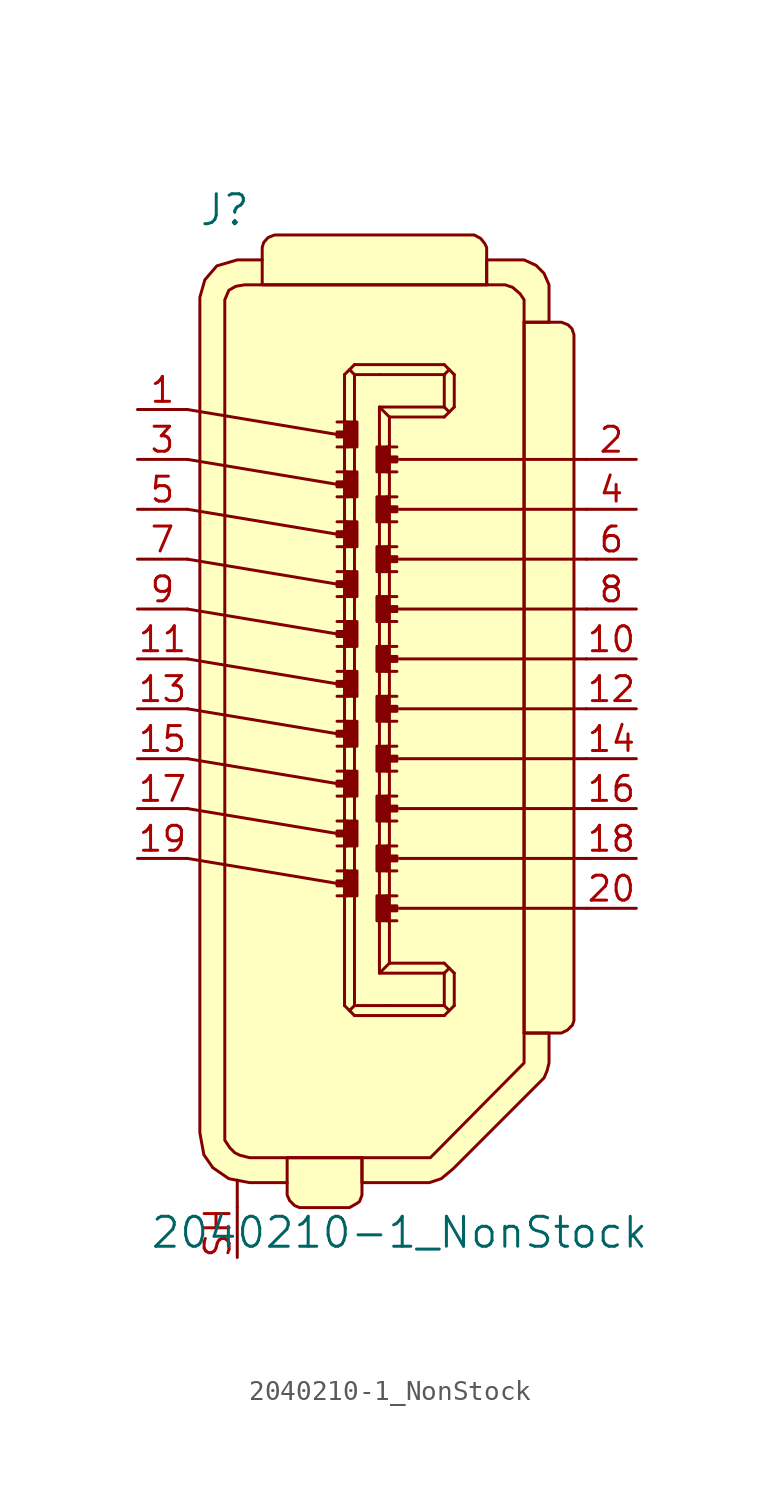
<source format=kicad_sym>
(kicad_symbol_lib
  (version 20201005)
  (generator kicad_symbol_editor)
  (symbol "2040210-1_NonStock"
    (pin_names
      (offset 1.016))
    (property "Reference" "J"
      (at -8.255 20.32 0)
      (effects (font (size 1.524 1.524))))
    (property "Value" "2040210-1_NonStock"
      (at 0.635 -31.75 0)
      (effects (font (size 1.524 1.524))))
    (symbol "2040210-1_NonStock_0_1"
      (polyline (pts (xy -10.16 -12.7) (xy -2.54 -13.97)) (stroke (width 0)) (fill (type none)))
      (polyline (pts (xy -10.16 -10.16) (xy -2.54 -11.43)) (stroke (width 0)) (fill (type none)))
      (polyline (pts (xy -10.16 -7.62) (xy -2.54 -8.89)) (stroke (width 0)) (fill (type none)))
      (polyline (pts (xy -10.16 -5.08) (xy -2.54 -6.35)) (stroke (width 0)) (fill (type none)))
      (polyline (pts (xy -10.16 -2.54) (xy -2.54 -3.81)) (stroke (width 0)) (fill (type none)))
      (polyline (pts (xy -10.16 0) (xy -2.54 -1.27)) (stroke (width 0)) (fill (type none)))
      (polyline (pts (xy -10.16 2.54) (xy -2.54 1.27)) (stroke (width 0)) (fill (type none)))
      (polyline (pts (xy -10.16 5.08) (xy -2.54 3.81)) (stroke (width 0)) (fill (type none)))
      (polyline (pts (xy -10.16 7.62) (xy -2.54 6.35)) (stroke (width 0)) (fill (type none)))
      (polyline (pts (xy -10.16 10.16) (xy -2.54 8.89)) (stroke (width 0)) (fill (type none)))
      (polyline (pts (xy -7.62 -30.48) (xy -7.62 -29.083)) (stroke (width 0)) (fill (type none)))
      (polyline (pts (xy -2.159 -20.193) (xy -1.651 -20.701)) (stroke (width 0)) (fill (type none)))
      (polyline (pts (xy -2.159 -17.907) (xy -2.159 -20.193)) (stroke (width 0)) (fill (type none)))
      (polyline (pts (xy -2.159 9.652) (xy -2.159 -17.907)) (stroke (width 0)) (fill (type none)))
      (polyline (pts (xy -2.159 9.652) (xy -2.159 11.938)) (stroke (width 0)) (fill (type none)))
      (polyline (pts (xy -2.159 11.938) (xy -1.651 12.446)) (stroke (width 0)) (fill (type none)))
      (polyline (pts (xy -2.032 -14.605) (xy -2.54 -14.605)) (stroke (width 0)) (fill (type none)))
      (polyline (pts (xy -2.032 -13.335) (xy -2.54 -13.335)) (stroke (width 0)) (fill (type none)))
      (polyline (pts (xy -2.032 -12.065) (xy -2.54 -12.065)) (stroke (width 0)) (fill (type none)))
      (polyline (pts (xy -2.032 -10.795) (xy -2.54 -10.795)) (stroke (width 0)) (fill (type none)))
      (polyline (pts (xy -2.032 -9.525) (xy -2.54 -9.525)) (stroke (width 0)) (fill (type none)))
      (polyline (pts (xy -2.032 -8.255) (xy -2.54 -8.255)) (stroke (width 0)) (fill (type none)))
      (polyline (pts (xy -2.032 -6.985) (xy -2.54 -6.985)) (stroke (width 0)) (fill (type none)))
      (polyline (pts (xy -2.032 -5.715) (xy -2.54 -5.715)) (stroke (width 0)) (fill (type none)))
      (polyline (pts (xy -2.032 -4.445) (xy -2.54 -4.445)) (stroke (width 0)) (fill (type none)))
      (polyline (pts (xy -2.032 -3.175) (xy -2.54 -3.175)) (stroke (width 0)) (fill (type none)))
      (polyline (pts (xy -2.032 -1.905) (xy -2.54 -1.905)) (stroke (width 0)) (fill (type none)))
      (polyline (pts (xy -2.032 -0.635) (xy -2.54 -0.635)) (stroke (width 0)) (fill (type none)))
      (polyline (pts (xy -2.032 0.635) (xy -2.54 0.635)) (stroke (width 0)) (fill (type none)))
      (polyline (pts (xy -2.032 1.905) (xy -2.54 1.905)) (stroke (width 0)) (fill (type none)))
      (polyline (pts (xy -2.032 3.175) (xy -2.54 3.175)) (stroke (width 0)) (fill (type none)))
      (polyline (pts (xy -2.032 4.445) (xy -2.54 4.445)) (stroke (width 0)) (fill (type none)))
      (polyline (pts (xy -2.032 5.715) (xy -2.54 5.715)) (stroke (width 0)) (fill (type none)))
      (polyline (pts (xy -2.032 6.985) (xy -2.54 6.985)) (stroke (width 0)) (fill (type none)))
      (polyline (pts (xy -2.032 8.255) (xy -2.54 8.255)) (stroke (width 0)) (fill (type none)))
      (polyline (pts (xy -2.032 9.525) (xy -2.54 9.525)) (stroke (width 0)) (fill (type none)))
      (polyline (pts (xy -1.651 -20.193) (xy -1.905 -20.447)) (stroke (width 0)) (fill (type none)))
      (polyline (pts (xy -1.651 -17.907) (xy -1.651 -19.558)) (stroke (width 0)) (fill (type none)))
      (polyline (pts (xy -1.651 9.652) (xy -1.651 -17.907)) (stroke (width 0)) (fill (type none)))
      (polyline (pts (xy -1.651 9.652) (xy -1.651 11.303)) (stroke (width 0)) (fill (type none)))
      (polyline (pts (xy -1.651 11.938) (xy -1.905 12.192)) (stroke (width 0)) (fill (type none)))
      (polyline (pts (xy -0.381 -18.542) (xy 2.921 -18.542)) (stroke (width 0)) (fill (type none)))
      (polyline (pts (xy -0.381 8.382) (xy -0.381 -16.637)) (stroke (width 0)) (fill (type none)))
      (polyline (pts (xy -0.381 10.287) (xy 2.921 10.287)) (stroke (width 0)) (fill (type none)))
      (polyline (pts (xy -0.381 11.938) (xy 2.921 11.938)) (stroke (width 0)) (fill (type none)))
      (polyline (pts (xy 0 -15.875) (xy 0.508 -15.875)) (stroke (width 0)) (fill (type none)))
      (polyline (pts (xy 0 -14.605) (xy 0.508 -14.605)) (stroke (width 0)) (fill (type none)))
      (polyline (pts (xy 0 -13.335) (xy 0.508 -13.335)) (stroke (width 0)) (fill (type none)))
      (polyline (pts (xy 0 -12.065) (xy 0.508 -12.065)) (stroke (width 0)) (fill (type none)))
      (polyline (pts (xy 0 -10.795) (xy 0.508 -10.795)) (stroke (width 0)) (fill (type none)))
      (polyline (pts (xy 0 -9.525) (xy 0.508 -9.525)) (stroke (width 0)) (fill (type none)))
      (polyline (pts (xy 0 -8.255) (xy 0.508 -8.255)) (stroke (width 0)) (fill (type none)))
      (polyline (pts (xy 0 -6.985) (xy 0.508 -6.985)) (stroke (width 0)) (fill (type none)))
      (polyline (pts (xy 0 -5.715) (xy 0.508 -5.715)) (stroke (width 0)) (fill (type none)))
      (polyline (pts (xy 0 -4.445) (xy 0.508 -4.445)) (stroke (width 0)) (fill (type none)))
      (polyline (pts (xy 0 -3.175) (xy 0.508 -3.175)) (stroke (width 0)) (fill (type none)))
      (polyline (pts (xy 0 -1.905) (xy 0.508 -1.905)) (stroke (width 0)) (fill (type none)))
      (polyline (pts (xy 0 -0.635) (xy 0.508 -0.635)) (stroke (width 0)) (fill (type none)))
      (polyline (pts (xy 0 0.635) (xy 0.508 0.635)) (stroke (width 0)) (fill (type none)))
      (polyline (pts (xy 0 1.905) (xy 0.508 1.905)) (stroke (width 0)) (fill (type none)))
      (polyline (pts (xy 0 3.175) (xy 0.508 3.175)) (stroke (width 0)) (fill (type none)))
      (polyline (pts (xy 0 4.445) (xy 0.508 4.445)) (stroke (width 0)) (fill (type none)))
      (polyline (pts (xy 0 5.715) (xy 0.508 5.715)) (stroke (width 0)) (fill (type none)))
      (polyline (pts (xy 0 6.985) (xy 0.508 6.985)) (stroke (width 0)) (fill (type none)))
      (polyline (pts (xy 0 8.255) (xy 0.508 8.255)) (stroke (width 0)) (fill (type none)))
      (polyline (pts (xy 0.127 -20.193) (xy 2.921 -20.193)) (stroke (width 0)) (fill (type none)))
      (polyline (pts (xy 0.127 -18.034) (xy 2.921 -18.034)) (stroke (width 0)) (fill (type none)))
      (polyline (pts (xy 0.127 -16.637) (xy 0.127 -18.034)) (stroke (width 0)) (fill (type none)))
      (polyline (pts (xy 0.127 8.382) (xy 0.127 -16.637)) (stroke (width 0)) (fill (type none)))
      (polyline (pts (xy 0.127 8.382) (xy 0.127 9.779)) (stroke (width 0)) (fill (type none)))
      (polyline (pts (xy 0.127 9.779) (xy 2.921 9.779)) (stroke (width 0)) (fill (type none)))
      (polyline (pts (xy 2.921 -20.701) (xy -1.651 -20.701)) (stroke (width 0)) (fill (type none)))
      (polyline (pts (xy 2.921 -20.701) (xy 3.429 -20.193)) (stroke (width 0)) (fill (type none)))
      (polyline (pts (xy 2.921 -20.193) (xy 3.175 -20.447)) (stroke (width 0)) (fill (type none)))
      (polyline (pts (xy 2.921 -18.542) (xy 2.921 -20.193)) (stroke (width 0)) (fill (type none)))
      (polyline (pts (xy 2.921 -18.542) (xy 3.175 -18.288)) (stroke (width 0)) (fill (type none)))
      (polyline (pts (xy 2.921 -18.034) (xy 3.429 -18.542)) (stroke (width 0)) (fill (type none)))
      (polyline (pts (xy 2.921 9.779) (xy 3.429 10.287)) (stroke (width 0)) (fill (type none)))
      (polyline (pts (xy 2.921 10.287) (xy 2.921 11.938)) (stroke (width 0)) (fill (type none)))
      (polyline (pts (xy 2.921 10.287) (xy 3.175 10.033)) (stroke (width 0)) (fill (type none)))
      (polyline (pts (xy 2.921 11.938) (xy 3.175 12.192)) (stroke (width 0)) (fill (type none)))
      (polyline (pts (xy 2.921 12.446) (xy -1.651 12.446)) (stroke (width 0)) (fill (type none)))
      (polyline (pts (xy 2.921 12.446) (xy 3.429 11.938)) (stroke (width 0)) (fill (type none)))
      (polyline (pts (xy 3.429 -20.193) (xy 3.429 -18.542)) (stroke (width 0)) (fill (type none)))
      (polyline (pts (xy 3.429 11.938) (xy 3.429 10.287)) (stroke (width 0)) (fill (type none)))
      (polyline (pts (xy 10.16 -15.24) (xy 0.635 -15.24)) (stroke (width 0)) (fill (type none)))
      (polyline (pts (xy 10.16 -12.7) (xy 0.635 -12.7)) (stroke (width 0)) (fill (type none)))
      (polyline (pts (xy 10.16 -10.16) (xy 0.635 -10.16)) (stroke (width 0)) (fill (type none)))
      (polyline (pts (xy 10.16 -7.62) (xy 0.635 -7.62)) (stroke (width 0)) (fill (type none)))
      (polyline (pts (xy 10.16 -5.08) (xy 0.635 -5.08)) (stroke (width 0)) (fill (type none)))
      (polyline (pts (xy 10.16 -2.54) (xy 0.635 -2.54)) (stroke (width 0)) (fill (type none)))
      (polyline (pts (xy 10.16 0) (xy 0.635 0)) (stroke (width 0)) (fill (type none)))
      (polyline (pts (xy 10.16 2.54) (xy 0.635 2.54)) (stroke (width 0)) (fill (type none)))
      (polyline (pts (xy 10.16 5.08) (xy 0.635 5.08)) (stroke (width 0)) (fill (type none)))
      (polyline (pts (xy 10.16 7.62) (xy 0.635 7.62)) (stroke (width 0)) (fill (type none)))
      (polyline (pts (xy -1.651 -19.558) (xy -1.651 -20.193) (xy 0.127 -20.193)) (stroke (width 0)) (fill (type none)))
      (polyline (pts (xy -1.651 11.303) (xy -1.651 11.938) (xy -0.381 11.938)) (stroke (width 0)) (fill (type none)))
      (polyline (pts (xy -0.381 -16.637) (xy -0.381 -18.542) (xy 0.127 -18.034)) (stroke (width 0)) (fill (type none)))
      (polyline (pts (xy -0.381 8.382) (xy -0.381 10.287) (xy 0.127 9.779)) (stroke (width 0)) (fill (type none)))
      (polyline (pts (xy -2.032 -14.605) (xy -2.032 -13.335) (xy -1.524 -13.335) (xy -1.524 -14.605) (xy -2.032 -14.605)) (stroke (width 0)) (fill (type outline)))
      (polyline (pts (xy -2.032 -14.097) (xy -2.54 -14.097) (xy -2.54 -13.843) (xy -2.032 -13.843) (xy -2.032 -14.097)) (stroke (width 0)) (fill (type outline)))
      (polyline (pts (xy -2.032 -12.065) (xy -2.032 -10.795) (xy -1.524 -10.795) (xy -1.524 -12.065) (xy -2.032 -12.065)) (stroke (width 0)) (fill (type outline)))
      (polyline (pts (xy -2.032 -11.557) (xy -2.54 -11.557) (xy -2.54 -11.303) (xy -2.032 -11.303) (xy -2.032 -11.557)) (stroke (width 0)) (fill (type outline)))
      (polyline (pts (xy -2.032 -9.525) (xy -2.032 -8.255) (xy -1.524 -8.255) (xy -1.524 -9.525) (xy -2.032 -9.525)) (stroke (width 0)) (fill (type outline)))
      (polyline (pts (xy -2.032 -9.017) (xy -2.54 -9.017) (xy -2.54 -8.763) (xy -2.032 -8.763) (xy -2.032 -9.017)) (stroke (width 0)) (fill (type outline)))
      (polyline (pts (xy -2.032 -6.985) (xy -2.032 -5.715) (xy -1.524 -5.715) (xy -1.524 -6.985) (xy -2.032 -6.985)) (stroke (width 0)) (fill (type outline)))
      (polyline (pts (xy -2.032 -6.477) (xy -2.54 -6.477) (xy -2.54 -6.223) (xy -2.032 -6.223) (xy -2.032 -6.477)) (stroke (width 0)) (fill (type outline)))
      (polyline (pts (xy -2.032 -4.445) (xy -2.032 -3.175) (xy -1.524 -3.175) (xy -1.524 -4.445) (xy -2.032 -4.445)) (stroke (width 0)) (fill (type outline)))
      (polyline (pts (xy -2.032 -3.937) (xy -2.54 -3.937) (xy -2.54 -3.683) (xy -2.032 -3.683) (xy -2.032 -3.937)) (stroke (width 0)) (fill (type outline)))
      (polyline (pts (xy -2.032 -1.905) (xy -2.032 -0.635) (xy -1.524 -0.635) (xy -1.524 -1.905) (xy -2.032 -1.905)) (stroke (width 0)) (fill (type outline)))
      (polyline (pts (xy -2.032 -1.397) (xy -2.54 -1.397) (xy -2.54 -1.143) (xy -2.032 -1.143) (xy -2.032 -1.397)) (stroke (width 0)) (fill (type outline)))
      (polyline (pts (xy -2.032 0.635) (xy -2.032 1.905) (xy -1.524 1.905) (xy -1.524 0.635) (xy -2.032 0.635)) (stroke (width 0)) (fill (type outline)))
      (polyline (pts (xy -2.032 1.143) (xy -2.54 1.143) (xy -2.54 1.397) (xy -2.032 1.397) (xy -2.032 1.143)) (stroke (width 0)) (fill (type outline)))
      (polyline (pts (xy -2.032 3.175) (xy -2.032 4.445) (xy -1.524 4.445) (xy -1.524 3.175) (xy -2.032 3.175)) (stroke (width 0)) (fill (type outline)))
      (polyline (pts (xy -2.032 3.683) (xy -2.54 3.683) (xy -2.54 3.937) (xy -2.032 3.937) (xy -2.032 3.683)) (stroke (width 0)) (fill (type outline)))
      (polyline (pts (xy -2.032 5.715) (xy -2.032 6.985) (xy -1.524 6.985) (xy -1.524 5.715) (xy -2.032 5.715)) (stroke (width 0)) (fill (type outline)))
      (polyline (pts (xy -2.032 6.223) (xy -2.54 6.223) (xy -2.54 6.477) (xy -2.032 6.477) (xy -2.032 6.223)) (stroke (width 0)) (fill (type outline)))
      (polyline (pts (xy -2.032 8.255) (xy -2.032 9.525) (xy -1.524 9.525) (xy -1.524 8.255) (xy -2.032 8.255)) (stroke (width 0)) (fill (type outline)))
      (polyline (pts (xy -2.032 8.763) (xy -2.54 8.763) (xy -2.54 9.017) (xy -2.032 9.017) (xy -2.032 8.763)) (stroke (width 0)) (fill (type outline)))
      (polyline (pts (xy 0 -15.113) (xy 0.508 -15.113) (xy 0.508 -15.367) (xy 0 -15.367) (xy 0 -15.113)) (stroke (width 0)) (fill (type outline)))
      (polyline (pts (xy 0 -14.605) (xy 0 -15.875) (xy -0.508 -15.875) (xy -0.508 -14.605) (xy 0 -14.605)) (stroke (width 0)) (fill (type outline)))
      (polyline (pts (xy 0 -12.573) (xy 0.508 -12.573) (xy 0.508 -12.827) (xy 0 -12.827) (xy 0 -12.573)) (stroke (width 0)) (fill (type outline)))
      (polyline (pts (xy 0 -12.065) (xy 0 -13.335) (xy -0.508 -13.335) (xy -0.508 -12.065) (xy 0 -12.065)) (stroke (width 0)) (fill (type outline)))
      (polyline (pts (xy 0 -10.033) (xy 0.508 -10.033) (xy 0.508 -10.287) (xy 0 -10.287) (xy 0 -10.033)) (stroke (width 0)) (fill (type outline)))
      (polyline (pts (xy 0 -9.525) (xy 0 -10.795) (xy -0.508 -10.795) (xy -0.508 -9.525) (xy 0 -9.525)) (stroke (width 0)) (fill (type outline)))
      (polyline (pts (xy 0 -7.493) (xy 0.508 -7.493) (xy 0.508 -7.747) (xy 0 -7.747) (xy 0 -7.493)) (stroke (width 0)) (fill (type outline)))
      (polyline (pts (xy 0 -6.985) (xy 0 -8.255) (xy -0.508 -8.255) (xy -0.508 -6.985) (xy 0 -6.985)) (stroke (width 0)) (fill (type outline)))
      (polyline (pts (xy 0 -4.953) (xy 0.508 -4.953) (xy 0.508 -5.207) (xy 0 -5.207) (xy 0 -4.953)) (stroke (width 0)) (fill (type outline)))
      (polyline (pts (xy 0 -4.445) (xy 0 -5.715) (xy -0.508 -5.715) (xy -0.508 -4.445) (xy 0 -4.445)) (stroke (width 0)) (fill (type outline)))
      (polyline (pts (xy 0 -2.413) (xy 0.508 -2.413) (xy 0.508 -2.667) (xy 0 -2.667) (xy 0 -2.413)) (stroke (width 0)) (fill (type outline)))
      (polyline (pts (xy 0 -1.905) (xy 0 -3.175) (xy -0.508 -3.175) (xy -0.508 -1.905) (xy 0 -1.905)) (stroke (width 0)) (fill (type outline)))
      (polyline (pts (xy 0 0.127) (xy 0.508 0.127) (xy 0.508 -0.127) (xy 0 -0.127) (xy 0 0.127)) (stroke (width 0)) (fill (type outline)))
      (polyline (pts (xy 0 0.635) (xy 0 -0.635) (xy -0.508 -0.635) (xy -0.508 0.635) (xy 0 0.635)) (stroke (width 0)) (fill (type outline)))
      (polyline (pts (xy 0 2.667) (xy 0.508 2.667) (xy 0.508 2.413) (xy 0 2.413) (xy 0 2.667)) (stroke (width 0)) (fill (type outline)))
      (polyline (pts (xy 0 3.175) (xy 0 1.905) (xy -0.508 1.905) (xy -0.508 3.175) (xy 0 3.175)) (stroke (width 0)) (fill (type outline)))
      (polyline (pts (xy 0 5.207) (xy 0.508 5.207) (xy 0.508 4.953) (xy 0 4.953) (xy 0 5.207)) (stroke (width 0)) (fill (type outline)))
      (polyline (pts (xy 0 5.715) (xy 0 4.445) (xy -0.508 4.445) (xy -0.508 5.715) (xy 0 5.715)) (stroke (width 0)) (fill (type outline)))
      (polyline (pts (xy 0 7.747) (xy 0.508 7.747) (xy 0.508 7.493) (xy 0 7.493) (xy 0 7.747)) (stroke (width 0)) (fill (type outline)))
      (polyline (pts (xy 0 8.255) (xy 0 6.985) (xy -0.508 6.985) (xy -0.508 8.255) (xy 0 8.255)) (stroke (width 0)) (fill (type outline)))
      (polyline (pts (xy 6.985 14.605) (xy 8.255 14.605) (xy 8.255 16.51) (xy 8.001 17.094) (xy 7.595 17.501) (xy 6.985 17.78) (xy 5.08 17.78) (xy 5.08 16.51)) (stroke (width 0)) (fill (type background)))
      (polyline (pts (xy -1.27 -27.94) (xy -1.27 -29.21) (xy 2.159 -29.21) (xy 2.769 -29.007) (xy 3.378 -28.499) (xy 8.001 -23.876) (xy 8.153 -23.52) (xy 8.255 -23.114) (xy 8.255 -21.59) (xy 6.985 -21.59)) (stroke (width 0)) (fill (type background)))
      (polyline (pts (xy -6.35 16.51) (xy -6.35 18.415) (xy -6.274 18.669) (xy -6.045 18.923) (xy -5.715 19.05) (xy 4.445 19.05) (xy 4.775 18.872) (xy 4.978 18.618) (xy 5.08 18.415) (xy 5.08 16.51) (xy -6.35 16.51)) (stroke (width 0)) (fill (type background)))
      (polyline (pts (xy -6.35 17.78) (xy -7.62 17.78) (xy -8.661 17.475) (xy -9.271 16.764) (xy -9.525 15.875) (xy -9.525 -26.67) (xy -9.322 -27.788) (xy -8.865 -28.448) (xy -8.052 -29.007) (xy -6.985 -29.21) (xy -5.08 -29.21)) (stroke (width 0)) (fill (type background)))
      (polyline (pts (xy -1.27 -27.94) (xy -1.27 -29.845) (xy -1.397 -30.175) (xy -1.549 -30.277) (xy -1.905 -30.48) (xy -4.445 -30.48) (xy -4.699 -30.378) (xy -4.953 -30.124) (xy -5.08 -29.845) (xy -5.08 -27.94) (xy -1.27 -27.94)) (stroke (width 0)) (fill (type background)))
      (polyline (pts (xy 6.985 14.605) (xy 8.89 14.605) (xy 9.22 14.478) (xy 9.423 14.275) (xy 9.525 13.97) (xy 9.525 -20.955) (xy 9.449 -21.184) (xy 9.195 -21.438) (xy 8.89 -21.59) (xy 6.985 -21.59) (xy 6.985 14.605)) (stroke (width 0)) (fill (type background)))
      (polyline (pts (xy -7.239 16.51) (xy 6.02 16.51) (xy 6.401 16.383) (xy 6.782 16.053) (xy 6.985 15.748) (xy 6.985 -23.114) (xy 2.21 -27.94) (xy -6.985 -27.94) (xy -7.493 -27.813) (xy -7.747 -27.686) (xy -8.001 -27.432) (xy -8.255 -27.051) (xy -8.255 15.748) (xy -8.052 16.231) (xy -7.696 16.434) (xy -7.239 16.51)) (stroke (width 0)) (fill (type background))))
    (symbol "2040210-1_NonStock_1_1"
      (pin passive line (at -12.7 10.16 0) (length 2.54) (name "~" (effects (font (size 1.27 1.27)))) (number "1" (effects (font (size 1.27 1.27)))))
      (pin passive line (at 12.7 7.62 180) (length 2.54) (name "~" (effects (font (size 1.27 1.27)))) (number "2" (effects (font (size 1.27 1.27)))))
      (pin passive line (at -12.7 7.62 0) (length 2.54) (name "~" (effects (font (size 1.27 1.27)))) (number "3" (effects (font (size 1.27 1.27)))))
      (pin passive line (at 12.7 5.08 180) (length 2.54) (name "~" (effects (font (size 1.27 1.27)))) (number "4" (effects (font (size 1.27 1.27)))))
      (pin passive line (at -12.7 5.08 0) (length 2.54) (name "~" (effects (font (size 1.27 1.27)))) (number "5" (effects (font (size 1.27 1.27)))))
      (pin passive line (at 12.7 2.54 180) (length 2.54) (name "~" (effects (font (size 1.27 1.27)))) (number "6" (effects (font (size 1.27 1.27)))))
      (pin passive line (at -12.7 2.54 0) (length 2.54) (name "~" (effects (font (size 1.27 1.27)))) (number "7" (effects (font (size 1.27 1.27)))))
      (pin passive line (at 12.7 0 180) (length 2.54) (name "~" (effects (font (size 1.27 1.27)))) (number "8" (effects (font (size 1.27 1.27)))))
      (pin passive line (at -12.7 0 0) (length 2.54) (name "~" (effects (font (size 1.27 1.27)))) (number "9" (effects (font (size 1.27 1.27)))))
      (pin passive line (at 12.7 -2.54 180) (length 2.54) (name "~" (effects (font (size 1.27 1.27)))) (number "10" (effects (font (size 1.27 1.27)))))
      (pin passive line (at 12.7 -15.24 180) (length 2.54) (name "~" (effects (font (size 1.27 1.27)))) (number "20" (effects (font (size 1.27 1.27)))))
      (pin passive line (at -12.7 -2.54 0) (length 2.54) (name "~" (effects (font (size 1.27 1.27)))) (number "11" (effects (font (size 1.27 1.27)))))
      (pin passive line (at 12.7 -5.08 180) (length 2.54) (name "~" (effects (font (size 1.27 1.27)))) (number "12" (effects (font (size 1.27 1.27)))))
      (pin passive line (at -12.7 -5.08 0) (length 2.54) (name "~" (effects (font (size 1.27 1.27)))) (number "13" (effects (font (size 1.27 1.27)))))
      (pin passive line (at 12.7 -7.62 180) (length 2.54) (name "~" (effects (font (size 1.27 1.27)))) (number "14" (effects (font (size 1.27 1.27)))))
      (pin passive line (at -12.7 -7.62 0) (length 2.54) (name "~" (effects (font (size 1.27 1.27)))) (number "15" (effects (font (size 1.27 1.27)))))
      (pin passive line (at 12.7 -10.16 180) (length 2.54) (name "~" (effects (font (size 1.27 1.27)))) (number "16" (effects (font (size 1.27 1.27)))))
      (pin passive line (at -12.7 -10.16 0) (length 2.54) (name "~" (effects (font (size 1.27 1.27)))) (number "17" (effects (font (size 1.27 1.27)))))
      (pin passive line (at 12.7 -12.7 180) (length 2.54) (name "~" (effects (font (size 1.27 1.27)))) (number "18" (effects (font (size 1.27 1.27)))))
      (pin passive line (at -12.7 -12.7 0) (length 2.54) (name "~" (effects (font (size 1.27 1.27)))) (number "19" (effects (font (size 1.27 1.27)))))
      (pin unspecified line (at -7.62 -33.02 90) (length 2.54) (name "~" (effects (font (size 1.27 1.27)))) (number "SH" (effects (font (size 1.27 1.27))))))))
</source>
